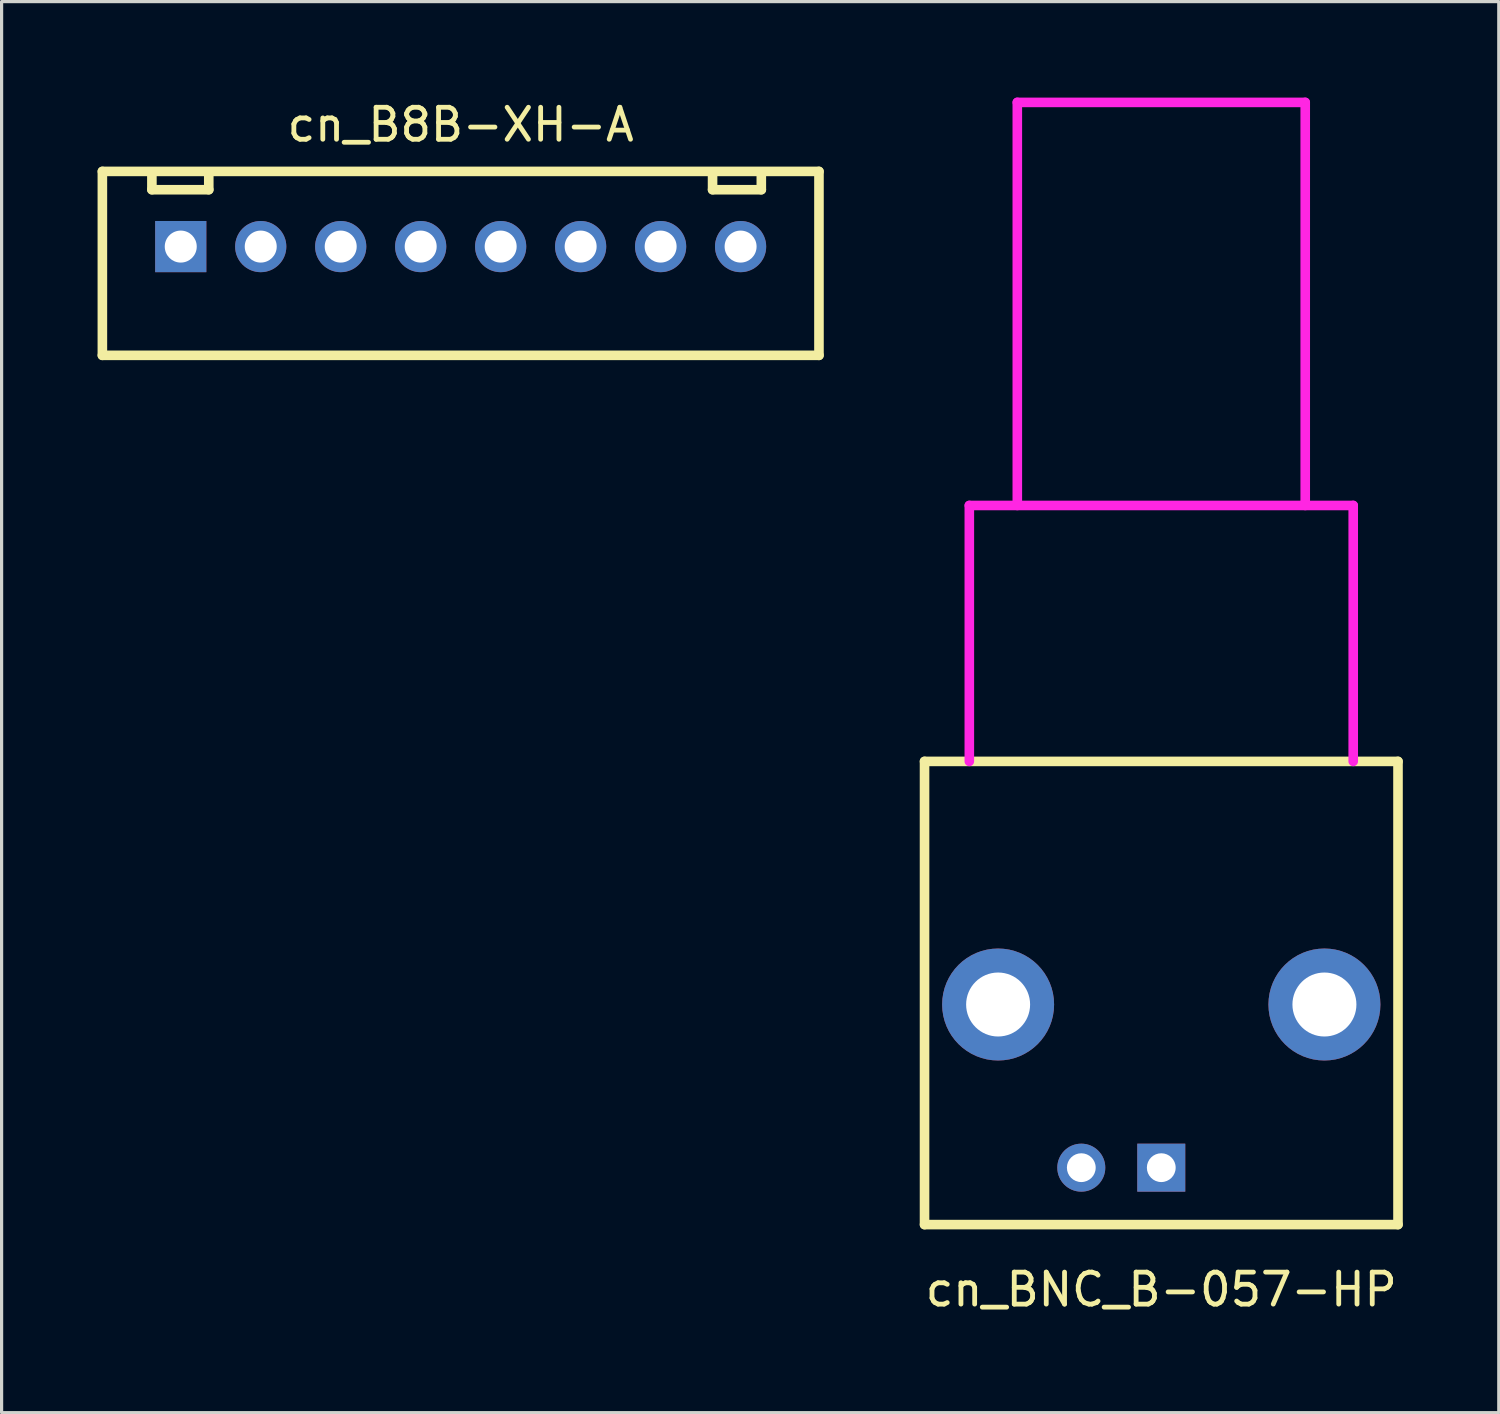
<source format=kicad_pcb>
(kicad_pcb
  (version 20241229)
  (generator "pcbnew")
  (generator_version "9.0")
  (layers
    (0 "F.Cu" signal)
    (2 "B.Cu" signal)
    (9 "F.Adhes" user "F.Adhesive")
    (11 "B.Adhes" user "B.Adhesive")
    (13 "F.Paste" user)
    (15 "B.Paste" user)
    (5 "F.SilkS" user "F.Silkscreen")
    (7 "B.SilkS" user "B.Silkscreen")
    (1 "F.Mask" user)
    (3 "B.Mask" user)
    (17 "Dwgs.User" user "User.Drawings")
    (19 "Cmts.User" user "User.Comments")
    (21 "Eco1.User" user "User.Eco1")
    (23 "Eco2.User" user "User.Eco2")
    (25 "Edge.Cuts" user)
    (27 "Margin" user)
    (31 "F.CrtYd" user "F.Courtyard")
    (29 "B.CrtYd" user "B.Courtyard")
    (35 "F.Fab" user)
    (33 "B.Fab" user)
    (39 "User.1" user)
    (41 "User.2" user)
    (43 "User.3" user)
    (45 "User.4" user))
  (footprint "cn_BNC_B-057-HP"
    (layer "F.Cu")
    (at 33.25 33.45)
    (property "Reference" "cn_BNC_B-057-HP" (at 0 3.81 0) (layer "F.SilkS") (effects (font (size 1 1) (thickness 0.15))))
    (attr through_hole)
    (fp_line (start -7.4 -12.7) (end -7.4 1.78) (stroke (width 0.3) (type solid)) (layer "F.SilkS"))
    (fp_line (start -7.4 1.78) (end 7.4 1.78) (stroke (width 0.3) (type solid)) (layer "F.SilkS"))
    (fp_line (start 7.4 -12.7) (end -7.4 -12.7) (stroke (width 0.3) (type solid)) (layer "F.SilkS"))
    (fp_line (start 7.4 1.78) (end 7.4 -12.7) (stroke (width 0.3) (type solid)) (layer "F.SilkS"))
    (fp_line (start -6 -20.7) (end 6 -20.7) (stroke (width 0.3) (type solid)) (layer "F.CrtYd"))
    (fp_line (start -6 -12.7) (end -6 -20.7) (stroke (width 0.3) (type solid)) (layer "F.CrtYd"))
    (fp_line (start -4.5 -33.3) (end -4.5 -20.7) (stroke (width 0.3) (type solid)) (layer "F.CrtYd"))
    (fp_line (start 4.5 -33.3) (end -4.5 -33.3) (stroke (width 0.3) (type solid)) (layer "F.CrtYd"))
    (fp_line (start 4.5 -20.7) (end 4.5 -33.3) (stroke (width 0.3) (type solid)) (layer "F.CrtYd"))
    (fp_line (start 6 -20.7) (end 6 -12.7) (stroke (width 0.3) (type solid)) (layer "F.CrtYd"))
    (pad "1" thru_hole rect (at 0 0) (size 1.5 1.5) (drill 0.9) (layers "*.Cu" "*.Mask"))
    (pad "2" thru_hole circle (at -2.5 0) (size 1.5 1.5) (drill 0.9) (layers "*.Cu" "*.Mask"))
    (pad "3" thru_hole circle (at 5.1 -5.1) (size 3.5 3.5) (drill 2) (layers "*.Cu" "*.Mask"))
    (pad "4" thru_hole circle (at -5.1 -5.1) (size 3.5 3.5) (drill 2) (layers "*.Cu" "*.Mask")))
  (footprint "cn_B8B-XH-A"
    (layer "F.Cu")
    (at 11.35 4.658)
    (property "Reference" "cn_B8B-XH-A" (at 0 -3.81 0) (layer "F.SilkS") (effects (font (size 1 1) (thickness 0.15))))
    (attr through_hole)
    (fp_line (start -11.2 -2.35) (end -11.2 3.4) (stroke (width 0.3) (type solid)) (layer "F.SilkS"))
    (fp_line (start -11.2 3.4) (end 11.2 3.4) (stroke (width 0.3) (type solid)) (layer "F.SilkS"))
    (fp_line (start -9.652 -2.286) (end -9.652 -1.778) (stroke (width 0.3) (type solid)) (layer "F.SilkS"))
    (fp_line (start -9.652 -1.778) (end -7.874 -1.778) (stroke (width 0.3) (type solid)) (layer "F.SilkS"))
    (fp_line (start -7.874 -1.778) (end -7.874 -2.286) (stroke (width 0.3) (type solid)) (layer "F.SilkS"))
    (fp_line (start 7.874 -2.286) (end 7.874 -1.778) (stroke (width 0.3) (type solid)) (layer "F.SilkS"))
    (fp_line (start 7.874 -1.778) (end 9.398 -1.778) (stroke (width 0.3) (type solid)) (layer "F.SilkS"))
    (fp_line (start 9.398 -1.778) (end 9.398 -2.286) (stroke (width 0.3) (type solid)) (layer "F.SilkS"))
    (fp_line (start 11.2 -2.35) (end -11.2 -2.35) (stroke (width 0.3) (type solid)) (layer "F.SilkS"))
    (fp_line (start 11.2 3.4) (end 11.2 -2.35) (stroke (width 0.3) (type solid)) (layer "F.SilkS"))
    (pad "1" thru_hole rect (at -8.75 0) (size 1.6 1.6) (drill 1) (layers "*.Cu" "*.Mask"))
    (pad "2" thru_hole circle (at -6.25 0) (size 1.6 1.6) (drill 1) (layers "*.Cu" "*.Mask"))
    (pad "3" thru_hole circle (at -3.75 0) (size 1.6 1.6) (drill 1) (layers "*.Cu" "*.Mask"))
    (pad "4" thru_hole circle (at -1.25 0) (size 1.6 1.6) (drill 1) (layers "*.Cu" "*.Mask"))
    (pad "5" thru_hole circle (at 1.25 0) (size 1.6 1.6) (drill 1) (layers "*.Cu" "*.Mask"))
    (pad "6" thru_hole circle (at 3.75 0) (size 1.6 1.6) (drill 1) (layers "*.Cu" "*.Mask"))
    (pad "7" thru_hole circle (at 6.25 0) (size 1.6 1.6) (drill 1) (layers "*.Cu" "*.Mask"))
    (pad "8" thru_hole circle (at 8.75 0) (size 1.6 1.6) (drill 1) (layers "*.Cu" "*.Mask")))
  (gr_rect
    (start -3 -3)
    (end 43.8 41.108)
    (stroke (width 0.1) (type default))
    (fill no)
    (layer "Edge.Cuts")))
</source>
